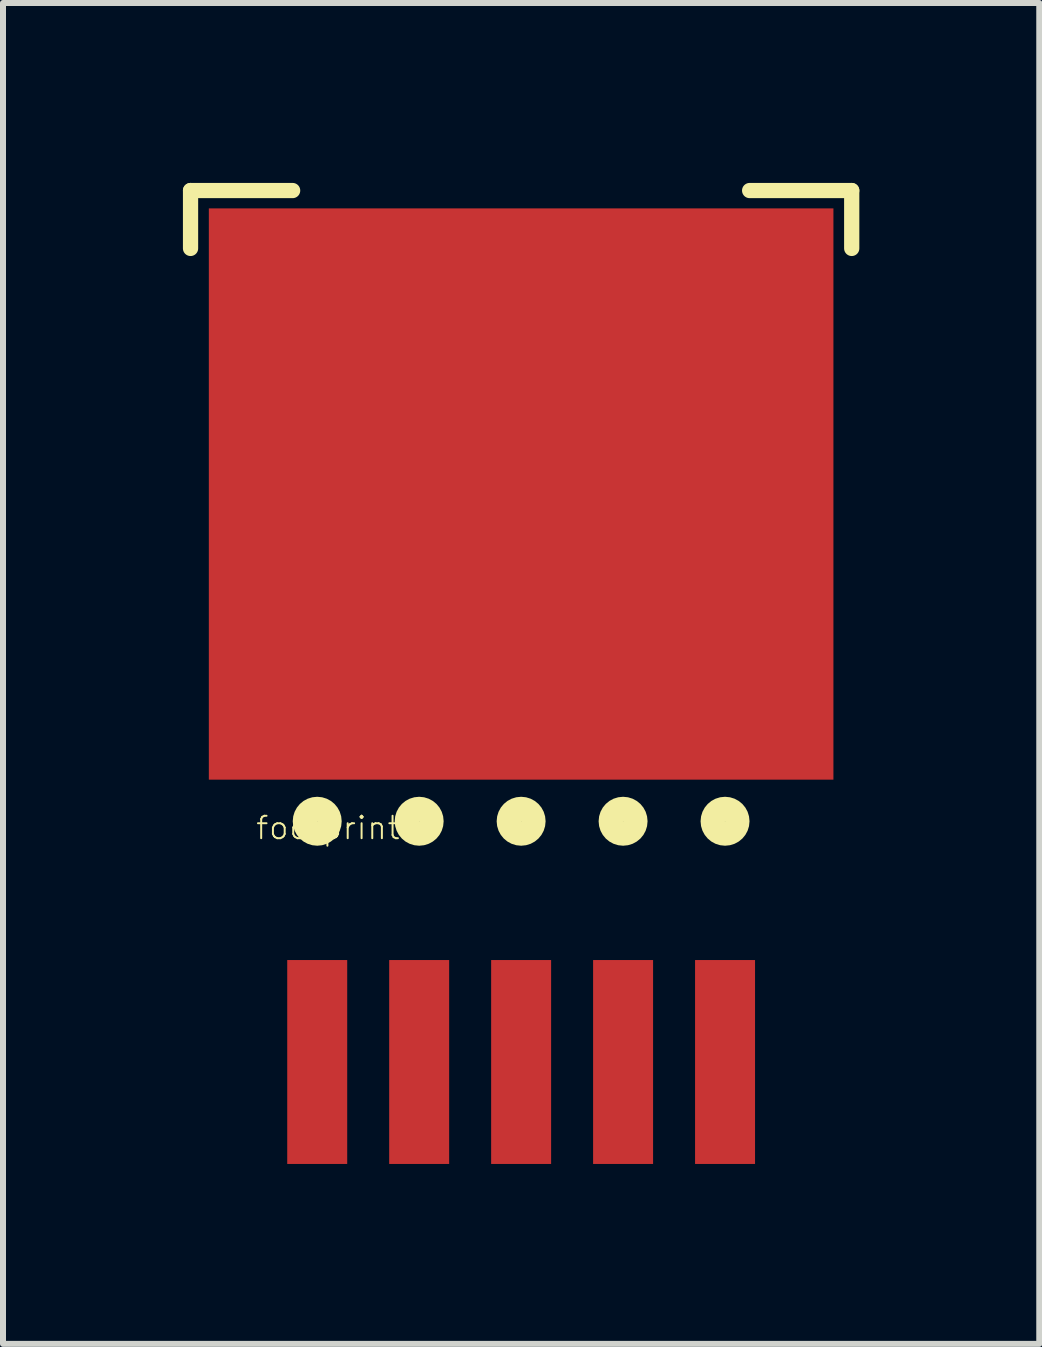
<source format=kicad_pcb>
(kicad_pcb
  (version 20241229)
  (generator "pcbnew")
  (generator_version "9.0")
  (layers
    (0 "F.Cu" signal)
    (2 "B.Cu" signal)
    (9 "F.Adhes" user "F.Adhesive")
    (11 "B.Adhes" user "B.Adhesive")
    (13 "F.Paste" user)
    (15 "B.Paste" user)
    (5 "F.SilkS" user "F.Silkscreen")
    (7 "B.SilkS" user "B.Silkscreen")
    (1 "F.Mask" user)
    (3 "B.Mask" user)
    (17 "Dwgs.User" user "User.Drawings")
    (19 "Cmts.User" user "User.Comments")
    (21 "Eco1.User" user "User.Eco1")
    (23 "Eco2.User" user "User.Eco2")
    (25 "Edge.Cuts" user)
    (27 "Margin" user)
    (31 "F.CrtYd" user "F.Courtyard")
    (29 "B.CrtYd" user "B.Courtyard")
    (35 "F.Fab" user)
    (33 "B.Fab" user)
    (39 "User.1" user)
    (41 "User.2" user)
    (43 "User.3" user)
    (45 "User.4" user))
  (footprint "footprint"
    (layer "F.Cu")
    (at 5.639 6.782)
    (property "Reference" "footprint" (at -4.445 4.191 0) (layer "F.SilkS") (effects (font (size 0.374 0.374) (thickness 0.033)) (justify left bottom)))
    (fp_line (start -5.512 -6.655) (end -3.81 -6.655) (stroke (width 0.254) (type solid)) (layer "F.SilkS"))
    (fp_line (start -5.512 -5.69) (end -5.512 -6.655) (stroke (width 0.254) (type solid)) (layer "F.SilkS"))
    (fp_line (start 5.512 -6.655) (end 3.81 -6.655) (stroke (width 0.254) (type solid)) (layer "F.SilkS"))
    (fp_line (start 5.512 -5.69) (end 5.512 -6.655) (stroke (width 0.254) (type solid)) (layer "F.SilkS"))
    (fp_circle (center -3.4 3.861) (end -3.195 3.861) (stroke (width 0.406) (type solid)) (fill no) (layer "F.SilkS"))
    (fp_circle (center -1.7 3.861) (end -1.495 3.861) (stroke (width 0.406) (type solid)) (fill no) (layer "F.SilkS"))
    (fp_circle (center 0 3.861) (end 0.205 3.861) (stroke (width 0.406) (type solid)) (fill no) (layer "F.SilkS"))
    (fp_circle (center 1.7 3.861) (end 1.905 3.861) (stroke (width 0.406) (type solid)) (fill no) (layer "F.SilkS"))
    (fp_circle (center 3.4 3.861) (end 3.605 3.861) (stroke (width 0.406) (type solid)) (fill no) (layer "F.SilkS"))
    (fp_poly (pts (xy -3.81 -2.54) (xy -1.27 -2.54) (xy -1.27 -5.08) (xy -3.81 -5.08)) (stroke (width 0) (type solid)) (fill yes) (layer "F.Paste"))
    (fp_poly (pts (xy -3.81 2.54) (xy -1.27 2.54) (xy -1.27 0) (xy -3.81 0)) (stroke (width 0) (type solid)) (fill yes) (layer "F.Paste"))
    (fp_poly (pts (xy 1.27 -2.54) (xy 3.81 -2.54) (xy 3.81 -5.08) (xy 1.27 -5.08)) (stroke (width 0) (type solid)) (fill yes) (layer "F.Paste"))
    (fp_poly (pts (xy 1.27 2.54) (xy 3.81 2.54) (xy 3.81 0) (xy 1.27 0)) (stroke (width 0) (type solid)) (fill yes) (layer "F.Paste"))
    (pad "1" smd rect (at -3.4 7.875) (size 1 3.4) (layers "F.Cu" "F.Mask" "F.Paste"))
    (pad "2" smd rect (at -1.7 7.875) (size 1 3.4) (layers "F.Cu" "F.Mask" "F.Paste"))
    (pad "3" smd rect (at 0 7.875) (size 1 3.4) (layers "F.Cu" "F.Mask" "F.Paste"))
    (pad "4" smd rect (at 1.7 7.875) (size 1 3.4) (layers "F.Cu" "F.Mask" "F.Paste"))
    (pad "5" smd rect (at 3.4 7.875) (size 1 3.4) (layers "F.Cu" "F.Mask" "F.Paste"))
    (pad "6" smd rect (at 0 -1.595) (size 10.414 9.525) (layers "F.Cu" "F.Mask")))
  (gr_rect
    (start -3 -3)
    (end 14.278 19.357)
    (stroke (width 0.1) (type default))
    (fill no)
    (layer "Edge.Cuts")))
</source>
